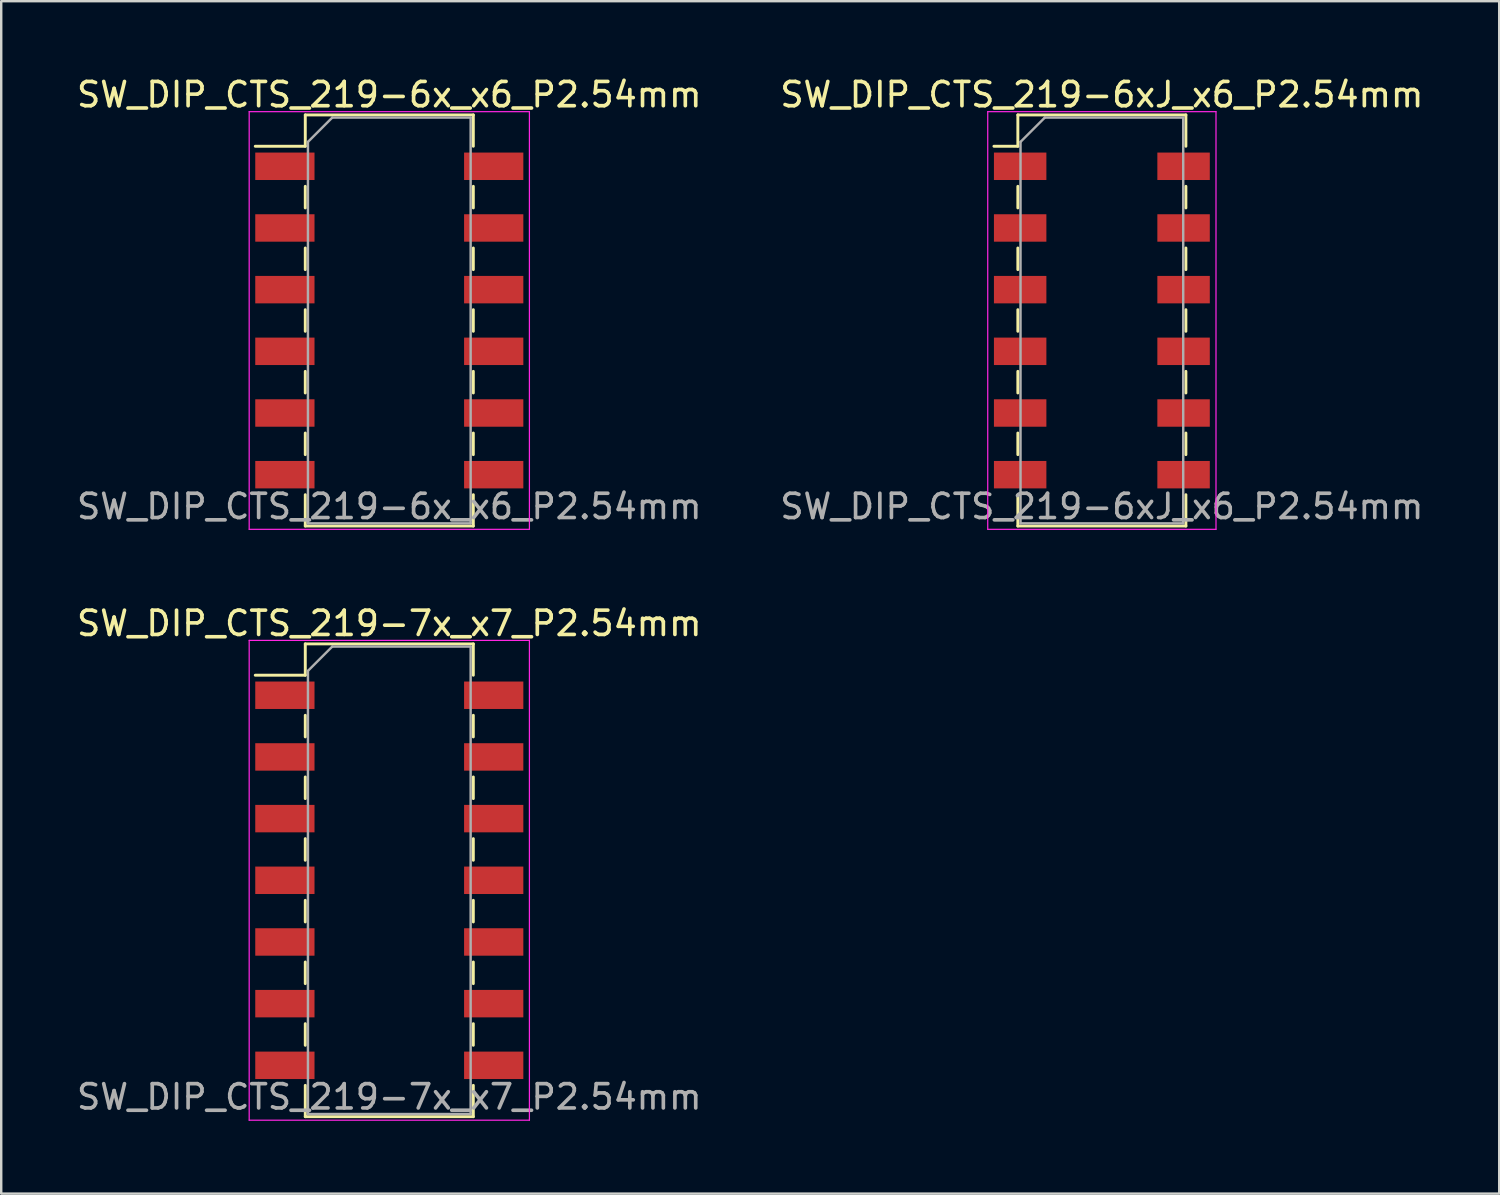
<source format=kicad_pcb>
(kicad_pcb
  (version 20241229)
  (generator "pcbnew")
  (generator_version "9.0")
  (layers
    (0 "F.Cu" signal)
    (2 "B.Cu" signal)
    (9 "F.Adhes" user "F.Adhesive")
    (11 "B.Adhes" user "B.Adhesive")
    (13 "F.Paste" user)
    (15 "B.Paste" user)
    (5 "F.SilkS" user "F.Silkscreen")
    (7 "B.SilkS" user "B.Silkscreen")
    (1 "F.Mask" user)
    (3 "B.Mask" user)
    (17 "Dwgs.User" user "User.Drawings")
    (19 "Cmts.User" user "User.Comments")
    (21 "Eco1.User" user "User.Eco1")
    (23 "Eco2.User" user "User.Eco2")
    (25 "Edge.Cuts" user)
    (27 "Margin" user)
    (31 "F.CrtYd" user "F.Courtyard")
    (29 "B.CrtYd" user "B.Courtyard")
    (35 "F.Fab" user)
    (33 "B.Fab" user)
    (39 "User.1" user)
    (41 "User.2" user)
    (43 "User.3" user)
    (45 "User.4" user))
  (footprint "SW_DIP_CTS_219-6xJ_x6_P2.54mm"
    (layer "F.Cu")
    (at 42.327 10.148)
    (property "Reference" "SW_DIP_CTS_219-6xJ_x6_P2.54mm" (at 0 -9.3 0) (layer "F.SilkS") (effects (font (size 1 1) (thickness 0.15))))
    (attr smd)
    (fp_line (start -4.445 -7.175) (end -3.46 -7.175) (stroke (width 0.12) (type solid)) (layer "F.SilkS"))
    (fp_line (start -3.46 -8.465) (end 3.46 -8.465) (stroke (width 0.12) (type solid)) (layer "F.SilkS"))
    (fp_line (start -3.46 -7.175) (end -3.46 -8.465) (stroke (width 0.12) (type solid)) (layer "F.SilkS"))
    (fp_line (start -3.46 -5.525) (end -3.46 -4.635) (stroke (width 0.12) (type solid)) (layer "F.SilkS"))
    (fp_line (start -3.46 -2.985) (end -3.46 -2.095) (stroke (width 0.12) (type solid)) (layer "F.SilkS"))
    (fp_line (start -3.46 -0.445) (end -3.46 0.445) (stroke (width 0.12) (type solid)) (layer "F.SilkS"))
    (fp_line (start -3.46 2.095) (end -3.46 2.985) (stroke (width 0.12) (type solid)) (layer "F.SilkS"))
    (fp_line (start -3.46 4.635) (end -3.46 5.525) (stroke (width 0.12) (type solid)) (layer "F.SilkS"))
    (fp_line (start -3.46 7.175) (end -3.46 8.465) (stroke (width 0.12) (type solid)) (layer "F.SilkS"))
    (fp_line (start -3.46 8.465) (end 3.46 8.465) (stroke (width 0.12) (type solid)) (layer "F.SilkS"))
    (fp_line (start 3.46 -8.465) (end 3.46 -7.175) (stroke (width 0.12) (type solid)) (layer "F.SilkS"))
    (fp_line (start 3.46 -5.525) (end 3.46 -4.635) (stroke (width 0.12) (type solid)) (layer "F.SilkS"))
    (fp_line (start 3.46 -2.985) (end 3.46 -2.095) (stroke (width 0.12) (type solid)) (layer "F.SilkS"))
    (fp_line (start 3.46 -0.445) (end 3.46 0.445) (stroke (width 0.12) (type solid)) (layer "F.SilkS"))
    (fp_line (start 3.46 2.095) (end 3.46 2.985) (stroke (width 0.12) (type solid)) (layer "F.SilkS"))
    (fp_line (start 3.46 4.635) (end 3.46 5.525) (stroke (width 0.12) (type solid)) (layer "F.SilkS"))
    (fp_line (start 3.46 8.465) (end 3.46 7.175) (stroke (width 0.12) (type solid)) (layer "F.SilkS"))
    (fp_line (start -4.7 -8.6) (end 4.7 -8.6) (stroke (width 0.05) (type solid)) (layer "F.CrtYd"))
    (fp_line (start -4.7 8.6) (end -4.7 -8.6) (stroke (width 0.05) (type solid)) (layer "F.CrtYd"))
    (fp_line (start 4.7 -8.6) (end 4.7 8.6) (stroke (width 0.05) (type solid)) (layer "F.CrtYd"))
    (fp_line (start 4.7 8.6) (end -4.7 8.6) (stroke (width 0.05) (type solid)) (layer "F.CrtYd"))
    (fp_line (start -3.35 -7.355) (end -2.35 -8.355) (stroke (width 0.1) (type solid)) (layer "F.Fab"))
    (fp_line (start -3.35 8.355) (end -3.35 -7.355) (stroke (width 0.1) (type solid)) (layer "F.Fab"))
    (fp_line (start -2.35 -8.355) (end 3.35 -8.355) (stroke (width 0.1) (type solid)) (layer "F.Fab"))
    (fp_line (start 3.35 -8.355) (end 3.35 8.355) (stroke (width 0.1) (type solid)) (layer "F.Fab"))
    (fp_line (start 3.35 8.355) (end -3.35 8.355) (stroke (width 0.1) (type solid)) (layer "F.Fab"))
    (fp_text user "${REFERENCE}" (at 0 7.66 0) (layer "F.Fab") (effects (font (size 1 1) (thickness 0.15))))
    (pad "1" smd rect (at -3.365 -6.35) (size 2.16 1.13) (layers "F.Cu" "F.Mask" "F.Paste"))
    (pad "2" smd rect (at -3.365 -3.81) (size 2.16 1.13) (layers "F.Cu" "F.Mask" "F.Paste"))
    (pad "3" smd rect (at -3.365 -1.27) (size 2.16 1.13) (layers "F.Cu" "F.Mask" "F.Paste"))
    (pad "4" smd rect (at -3.365 1.27) (size 2.16 1.13) (layers "F.Cu" "F.Mask" "F.Paste"))
    (pad "5" smd rect (at -3.365 3.81) (size 2.16 1.13) (layers "F.Cu" "F.Mask" "F.Paste"))
    (pad "6" smd rect (at -3.365 6.35) (size 2.16 1.13) (layers "F.Cu" "F.Mask" "F.Paste"))
    (pad "7" smd rect (at 3.365 6.35) (size 2.16 1.13) (layers "F.Cu" "F.Mask" "F.Paste"))
    (pad "8" smd rect (at 3.365 3.81) (size 2.16 1.13) (layers "F.Cu" "F.Mask" "F.Paste"))
    (pad "9" smd rect (at 3.365 1.27) (size 2.16 1.13) (layers "F.Cu" "F.Mask" "F.Paste"))
    (pad "10" smd rect (at 3.365 -1.27) (size 2.16 1.13) (layers "F.Cu" "F.Mask" "F.Paste"))
    (pad "11" smd rect (at 3.365 -3.81) (size 2.16 1.13) (layers "F.Cu" "F.Mask" "F.Paste"))
    (pad "12" smd rect (at 3.365 -6.35) (size 2.16 1.13) (layers "F.Cu" "F.Mask" "F.Paste")))
  (footprint "SW_DIP_CTS_219-6x_x6_P2.54mm"
    (layer "F.Cu")
    (at 12.982 10.148)
    (property "Reference" "SW_DIP_CTS_219-6x_x6_P2.54mm" (at 0 -9.3 0) (layer "F.SilkS") (effects (font (size 1 1) (thickness 0.15))))
    (attr smd)
    (fp_line (start -5.52 -7.175) (end -3.46 -7.175) (stroke (width 0.12) (type solid)) (layer "F.SilkS"))
    (fp_line (start -3.46 -8.465) (end 3.46 -8.465) (stroke (width 0.12) (type solid)) (layer "F.SilkS"))
    (fp_line (start -3.46 -7.175) (end -3.46 -8.465) (stroke (width 0.12) (type solid)) (layer "F.SilkS"))
    (fp_line (start -3.46 -5.525) (end -3.46 -4.635) (stroke (width 0.12) (type solid)) (layer "F.SilkS"))
    (fp_line (start -3.46 -2.985) (end -3.46 -2.095) (stroke (width 0.12) (type solid)) (layer "F.SilkS"))
    (fp_line (start -3.46 -0.445) (end -3.46 0.445) (stroke (width 0.12) (type solid)) (layer "F.SilkS"))
    (fp_line (start -3.46 2.095) (end -3.46 2.985) (stroke (width 0.12) (type solid)) (layer "F.SilkS"))
    (fp_line (start -3.46 4.635) (end -3.46 5.525) (stroke (width 0.12) (type solid)) (layer "F.SilkS"))
    (fp_line (start -3.46 7.175) (end -3.46 8.465) (stroke (width 0.12) (type solid)) (layer "F.SilkS"))
    (fp_line (start -3.46 8.465) (end 3.46 8.465) (stroke (width 0.12) (type solid)) (layer "F.SilkS"))
    (fp_line (start 3.46 -8.465) (end 3.46 -7.175) (stroke (width 0.12) (type solid)) (layer "F.SilkS"))
    (fp_line (start 3.46 -5.525) (end 3.46 -4.635) (stroke (width 0.12) (type solid)) (layer "F.SilkS"))
    (fp_line (start 3.46 -2.985) (end 3.46 -2.095) (stroke (width 0.12) (type solid)) (layer "F.SilkS"))
    (fp_line (start 3.46 -0.445) (end 3.46 0.445) (stroke (width 0.12) (type solid)) (layer "F.SilkS"))
    (fp_line (start 3.46 2.095) (end 3.46 2.985) (stroke (width 0.12) (type solid)) (layer "F.SilkS"))
    (fp_line (start 3.46 4.635) (end 3.46 5.525) (stroke (width 0.12) (type solid)) (layer "F.SilkS"))
    (fp_line (start 3.46 8.465) (end 3.46 7.175) (stroke (width 0.12) (type solid)) (layer "F.SilkS"))
    (fp_line (start -5.77 -8.6) (end 5.77 -8.6) (stroke (width 0.05) (type solid)) (layer "F.CrtYd"))
    (fp_line (start -5.77 8.6) (end -5.77 -8.6) (stroke (width 0.05) (type solid)) (layer "F.CrtYd"))
    (fp_line (start 5.77 -8.6) (end 5.77 8.6) (stroke (width 0.05) (type solid)) (layer "F.CrtYd"))
    (fp_line (start 5.77 8.6) (end -5.77 8.6) (stroke (width 0.05) (type solid)) (layer "F.CrtYd"))
    (fp_line (start -3.35 -7.355) (end -2.35 -8.355) (stroke (width 0.1) (type solid)) (layer "F.Fab"))
    (fp_line (start -3.35 8.355) (end -3.35 -7.355) (stroke (width 0.1) (type solid)) (layer "F.Fab"))
    (fp_line (start -2.35 -8.355) (end 3.35 -8.355) (stroke (width 0.1) (type solid)) (layer "F.Fab"))
    (fp_line (start 3.35 -8.355) (end 3.35 8.355) (stroke (width 0.1) (type solid)) (layer "F.Fab"))
    (fp_line (start 3.35 8.355) (end -3.35 8.355) (stroke (width 0.1) (type solid)) (layer "F.Fab"))
    (fp_text user "${REFERENCE}" (at 0 7.66 0) (layer "F.Fab") (effects (font (size 1 1) (thickness 0.15))))
    (pad "1" smd rect (at -4.3 -6.35) (size 2.44 1.13) (layers "F.Cu" "F.Mask" "F.Paste"))
    (pad "2" smd rect (at -4.3 -3.81) (size 2.44 1.13) (layers "F.Cu" "F.Mask" "F.Paste"))
    (pad "3" smd rect (at -4.3 -1.27) (size 2.44 1.13) (layers "F.Cu" "F.Mask" "F.Paste"))
    (pad "4" smd rect (at -4.3 1.27) (size 2.44 1.13) (layers "F.Cu" "F.Mask" "F.Paste"))
    (pad "5" smd rect (at -4.3 3.81) (size 2.44 1.13) (layers "F.Cu" "F.Mask" "F.Paste"))
    (pad "6" smd rect (at -4.3 6.35) (size 2.44 1.13) (layers "F.Cu" "F.Mask" "F.Paste"))
    (pad "7" smd rect (at 4.3 6.35) (size 2.44 1.13) (layers "F.Cu" "F.Mask" "F.Paste"))
    (pad "8" smd rect (at 4.3 3.81) (size 2.44 1.13) (layers "F.Cu" "F.Mask" "F.Paste"))
    (pad "9" smd rect (at 4.3 1.27) (size 2.44 1.13) (layers "F.Cu" "F.Mask" "F.Paste"))
    (pad "10" smd rect (at 4.3 -1.27) (size 2.44 1.13) (layers "F.Cu" "F.Mask" "F.Paste"))
    (pad "11" smd rect (at 4.3 -3.81) (size 2.44 1.13) (layers "F.Cu" "F.Mask" "F.Paste"))
    (pad "12" smd rect (at 4.3 -6.35) (size 2.44 1.13) (layers "F.Cu" "F.Mask" "F.Paste")))
  (footprint "SW_DIP_CTS_219-7x_x7_P2.54mm"
    (layer "F.Cu")
    (at 12.982 33.202)
    (property "Reference" "SW_DIP_CTS_219-7x_x7_P2.54mm" (at 0 -10.58 0) (layer "F.SilkS") (effects (font (size 1 1) (thickness 0.15))))
    (attr smd)
    (fp_line (start -5.52 -8.445) (end -3.46 -8.445) (stroke (width 0.12) (type solid)) (layer "F.SilkS"))
    (fp_line (start -3.46 -9.735) (end 3.46 -9.735) (stroke (width 0.12) (type solid)) (layer "F.SilkS"))
    (fp_line (start -3.46 -8.445) (end -3.46 -9.735) (stroke (width 0.12) (type solid)) (layer "F.SilkS"))
    (fp_line (start -3.46 -6.795) (end -3.46 -5.905) (stroke (width 0.12) (type solid)) (layer "F.SilkS"))
    (fp_line (start -3.46 -4.255) (end -3.46 -3.365) (stroke (width 0.12) (type solid)) (layer "F.SilkS"))
    (fp_line (start -3.46 -1.715) (end -3.46 -0.825) (stroke (width 0.12) (type solid)) (layer "F.SilkS"))
    (fp_line (start -3.46 0.825) (end -3.46 1.715) (stroke (width 0.12) (type solid)) (layer "F.SilkS"))
    (fp_line (start -3.46 3.365) (end -3.46 4.255) (stroke (width 0.12) (type solid)) (layer "F.SilkS"))
    (fp_line (start -3.46 5.905) (end -3.46 6.795) (stroke (width 0.12) (type solid)) (layer "F.SilkS"))
    (fp_line (start -3.46 8.445) (end -3.46 9.735) (stroke (width 0.12) (type solid)) (layer "F.SilkS"))
    (fp_line (start -3.46 9.735) (end 3.46 9.735) (stroke (width 0.12) (type solid)) (layer "F.SilkS"))
    (fp_line (start 3.46 -9.735) (end 3.46 -8.445) (stroke (width 0.12) (type solid)) (layer "F.SilkS"))
    (fp_line (start 3.46 -6.795) (end 3.46 -5.905) (stroke (width 0.12) (type solid)) (layer "F.SilkS"))
    (fp_line (start 3.46 -4.255) (end 3.46 -3.365) (stroke (width 0.12) (type solid)) (layer "F.SilkS"))
    (fp_line (start 3.46 -1.715) (end 3.46 -0.825) (stroke (width 0.12) (type solid)) (layer "F.SilkS"))
    (fp_line (start 3.46 0.825) (end 3.46 1.715) (stroke (width 0.12) (type solid)) (layer "F.SilkS"))
    (fp_line (start 3.46 3.365) (end 3.46 4.255) (stroke (width 0.12) (type solid)) (layer "F.SilkS"))
    (fp_line (start 3.46 5.905) (end 3.46 6.795) (stroke (width 0.12) (type solid)) (layer "F.SilkS"))
    (fp_line (start 3.46 9.735) (end 3.46 8.445) (stroke (width 0.12) (type solid)) (layer "F.SilkS"))
    (fp_line (start -5.77 -9.88) (end 5.77 -9.88) (stroke (width 0.05) (type solid)) (layer "F.CrtYd"))
    (fp_line (start -5.77 9.88) (end -5.77 -9.88) (stroke (width 0.05) (type solid)) (layer "F.CrtYd"))
    (fp_line (start 5.77 -9.88) (end 5.77 9.88) (stroke (width 0.05) (type solid)) (layer "F.CrtYd"))
    (fp_line (start 5.77 9.88) (end -5.77 9.88) (stroke (width 0.05) (type solid)) (layer "F.CrtYd"))
    (fp_line (start -3.35 -8.625) (end -2.35 -9.625) (stroke (width 0.1) (type solid)) (layer "F.Fab"))
    (fp_line (start -3.35 9.625) (end -3.35 -8.625) (stroke (width 0.1) (type solid)) (layer "F.Fab"))
    (fp_line (start -2.35 -9.625) (end 3.35 -9.625) (stroke (width 0.1) (type solid)) (layer "F.Fab"))
    (fp_line (start 3.35 -9.625) (end 3.35 9.625) (stroke (width 0.1) (type solid)) (layer "F.Fab"))
    (fp_line (start 3.35 9.625) (end -3.35 9.625) (stroke (width 0.1) (type solid)) (layer "F.Fab"))
    (fp_text user "${REFERENCE}" (at 0 8.92 0) (layer "F.Fab") (effects (font (size 1 1) (thickness 0.15))))
    (pad "1" smd rect (at -4.3 -7.62) (size 2.44 1.13) (layers "F.Cu" "F.Mask" "F.Paste"))
    (pad "2" smd rect (at -4.3 -5.08) (size 2.44 1.13) (layers "F.Cu" "F.Mask" "F.Paste"))
    (pad "3" smd rect (at -4.3 -2.54) (size 2.44 1.13) (layers "F.Cu" "F.Mask" "F.Paste"))
    (pad "4" smd rect (at -4.3 0) (size 2.44 1.13) (layers "F.Cu" "F.Mask" "F.Paste"))
    (pad "5" smd rect (at -4.3 2.54) (size 2.44 1.13) (layers "F.Cu" "F.Mask" "F.Paste"))
    (pad "6" smd rect (at -4.3 5.08) (size 2.44 1.13) (layers "F.Cu" "F.Mask" "F.Paste"))
    (pad "7" smd rect (at -4.3 7.62) (size 2.44 1.13) (layers "F.Cu" "F.Mask" "F.Paste"))
    (pad "8" smd rect (at 4.3 7.62) (size 2.44 1.13) (layers "F.Cu" "F.Mask" "F.Paste"))
    (pad "9" smd rect (at 4.3 5.08) (size 2.44 1.13) (layers "F.Cu" "F.Mask" "F.Paste"))
    (pad "10" smd rect (at 4.3 2.54) (size 2.44 1.13) (layers "F.Cu" "F.Mask" "F.Paste"))
    (pad "11" smd rect (at 4.3 0) (size 2.44 1.13) (layers "F.Cu" "F.Mask" "F.Paste"))
    (pad "12" smd rect (at 4.3 -2.54) (size 2.44 1.13) (layers "F.Cu" "F.Mask" "F.Paste"))
    (pad "13" smd rect (at 4.3 -5.08) (size 2.44 1.13) (layers "F.Cu" "F.Mask" "F.Paste"))
    (pad "14" smd rect (at 4.3 -7.62) (size 2.44 1.13) (layers "F.Cu" "F.Mask" "F.Paste")))
  (gr_rect
    (start -3 -3)
    (end 58.69 46.106)
    (stroke (width 0.1) (type default))
    (fill no)
    (layer "Edge.Cuts")))
</source>
